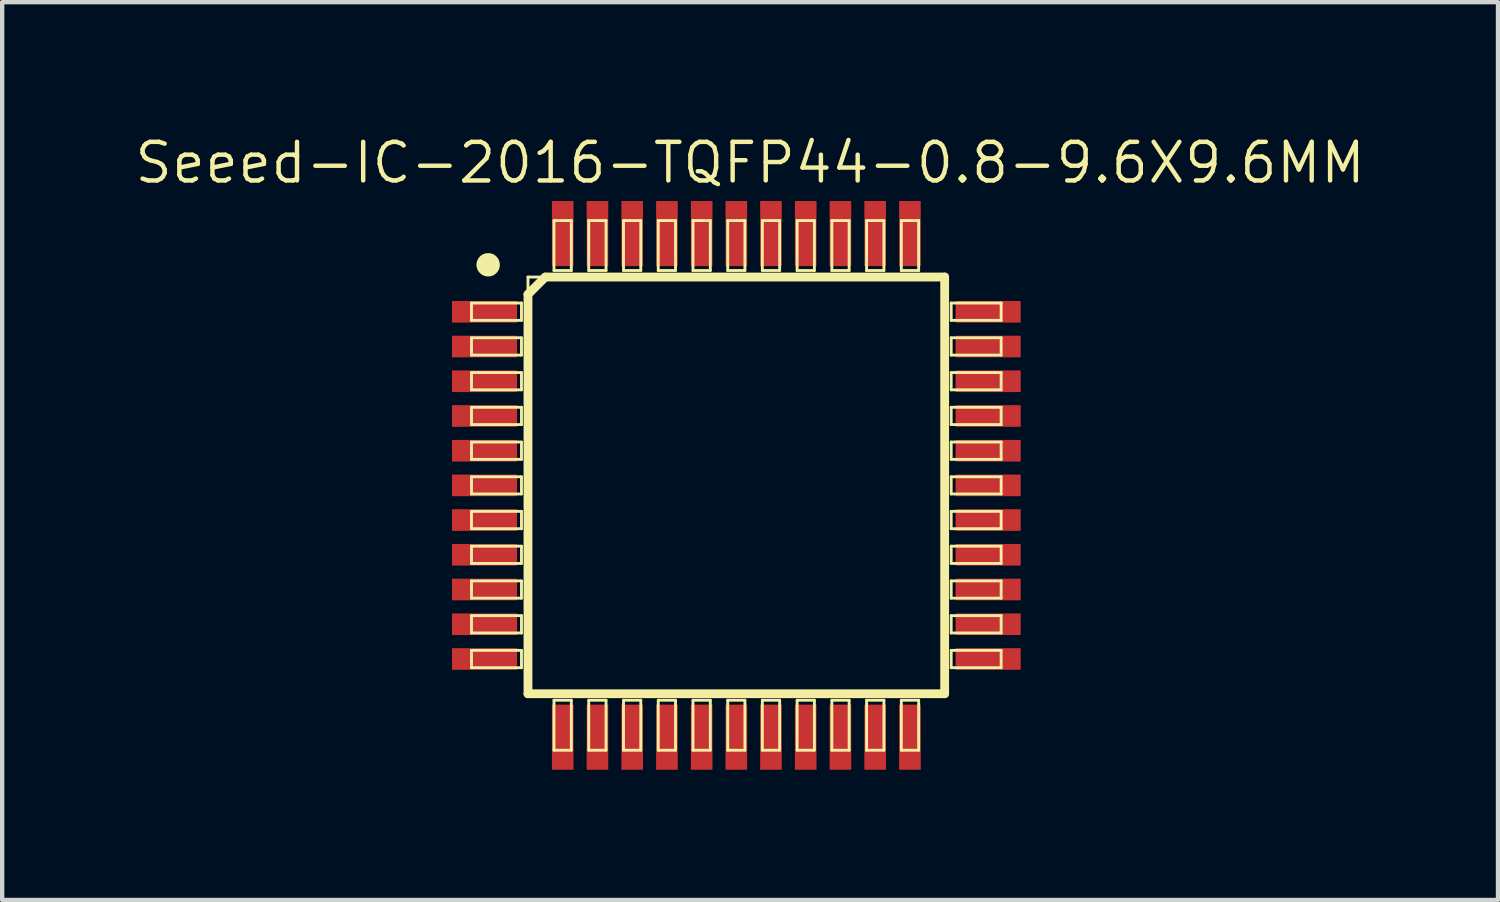
<source format=kicad_pcb>
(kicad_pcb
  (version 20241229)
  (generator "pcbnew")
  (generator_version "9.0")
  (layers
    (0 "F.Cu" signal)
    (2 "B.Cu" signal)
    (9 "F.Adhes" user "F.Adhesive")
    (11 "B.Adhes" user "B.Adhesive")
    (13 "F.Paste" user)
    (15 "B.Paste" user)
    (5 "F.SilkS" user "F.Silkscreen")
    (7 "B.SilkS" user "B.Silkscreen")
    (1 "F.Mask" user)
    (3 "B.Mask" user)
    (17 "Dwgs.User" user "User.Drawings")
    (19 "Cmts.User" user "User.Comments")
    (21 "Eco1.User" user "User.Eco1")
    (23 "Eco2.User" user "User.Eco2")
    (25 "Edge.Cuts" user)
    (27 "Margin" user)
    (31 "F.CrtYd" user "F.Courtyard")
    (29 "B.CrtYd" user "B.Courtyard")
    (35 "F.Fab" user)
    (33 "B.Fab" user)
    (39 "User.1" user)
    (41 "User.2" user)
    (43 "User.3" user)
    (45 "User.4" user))
  (footprint "Seeed-IC-2016-TQFP44-0.8-9.6X9.6MM"
    (layer "F.Cu")
    (at 13.907 8.128)
    (property "Reference" "Seeed-IC-2016-TQFP44-0.8-9.6X9.6MM" (at 0.318 -7.429 0) (layer "F.SilkS") (effects (font (size 0.889 0.889) (thickness 0.102))))
    (attr smd)
    (fp_line (start -6.099 -4.199) (end -4.948 -4.199) (stroke (width 0.066) (type solid)) (layer "F.SilkS"))
    (fp_line (start -6.099 -3.8) (end -6.099 -4.199) (stroke (width 0.066) (type solid)) (layer "F.SilkS"))
    (fp_line (start -6.099 -3.8) (end -4.948 -3.8) (stroke (width 0.066) (type solid)) (layer "F.SilkS"))
    (fp_line (start -6.099 -3.399) (end -4.948 -3.399) (stroke (width 0.066) (type solid)) (layer "F.SilkS"))
    (fp_line (start -6.099 -3) (end -6.099 -3.399) (stroke (width 0.066) (type solid)) (layer "F.SilkS"))
    (fp_line (start -6.099 -3) (end -4.948 -3) (stroke (width 0.066) (type solid)) (layer "F.SilkS"))
    (fp_line (start -6.099 -2.598) (end -4.948 -2.598) (stroke (width 0.066) (type solid)) (layer "F.SilkS"))
    (fp_line (start -6.099 -2.2) (end -6.099 -2.598) (stroke (width 0.066) (type solid)) (layer "F.SilkS"))
    (fp_line (start -6.099 -2.2) (end -4.948 -2.2) (stroke (width 0.066) (type solid)) (layer "F.SilkS"))
    (fp_line (start -6.099 -1.798) (end -4.948 -1.798) (stroke (width 0.066) (type solid)) (layer "F.SilkS"))
    (fp_line (start -6.099 -1.4) (end -6.099 -1.798) (stroke (width 0.066) (type solid)) (layer "F.SilkS"))
    (fp_line (start -6.099 -1.4) (end -4.948 -1.4) (stroke (width 0.066) (type solid)) (layer "F.SilkS"))
    (fp_line (start -6.099 -0.998) (end -4.948 -0.998) (stroke (width 0.066) (type solid)) (layer "F.SilkS"))
    (fp_line (start -6.099 -0.599) (end -6.099 -0.998) (stroke (width 0.066) (type solid)) (layer "F.SilkS"))
    (fp_line (start -6.099 -0.599) (end -4.948 -0.599) (stroke (width 0.066) (type solid)) (layer "F.SilkS"))
    (fp_line (start -6.099 -0.198) (end -4.948 -0.198) (stroke (width 0.066) (type solid)) (layer "F.SilkS"))
    (fp_line (start -6.099 0.198) (end -6.099 -0.198) (stroke (width 0.066) (type solid)) (layer "F.SilkS"))
    (fp_line (start -6.099 0.198) (end -4.948 0.198) (stroke (width 0.066) (type solid)) (layer "F.SilkS"))
    (fp_line (start -6.099 0.599) (end -4.948 0.599) (stroke (width 0.066) (type solid)) (layer "F.SilkS"))
    (fp_line (start -6.099 0.998) (end -6.099 0.599) (stroke (width 0.066) (type solid)) (layer "F.SilkS"))
    (fp_line (start -6.099 0.998) (end -4.948 0.998) (stroke (width 0.066) (type solid)) (layer "F.SilkS"))
    (fp_line (start -6.099 1.4) (end -4.948 1.4) (stroke (width 0.066) (type solid)) (layer "F.SilkS"))
    (fp_line (start -6.099 1.798) (end -6.099 1.4) (stroke (width 0.066) (type solid)) (layer "F.SilkS"))
    (fp_line (start -6.099 1.798) (end -4.948 1.798) (stroke (width 0.066) (type solid)) (layer "F.SilkS"))
    (fp_line (start -6.099 2.2) (end -4.948 2.2) (stroke (width 0.066) (type solid)) (layer "F.SilkS"))
    (fp_line (start -6.099 2.598) (end -6.099 2.2) (stroke (width 0.066) (type solid)) (layer "F.SilkS"))
    (fp_line (start -6.099 2.598) (end -4.948 2.598) (stroke (width 0.066) (type solid)) (layer "F.SilkS"))
    (fp_line (start -6.099 3) (end -4.948 3) (stroke (width 0.066) (type solid)) (layer "F.SilkS"))
    (fp_line (start -6.099 3.399) (end -6.099 3) (stroke (width 0.066) (type solid)) (layer "F.SilkS"))
    (fp_line (start -6.099 3.399) (end -4.948 3.399) (stroke (width 0.066) (type solid)) (layer "F.SilkS"))
    (fp_line (start -6.099 3.8) (end -4.948 3.8) (stroke (width 0.066) (type solid)) (layer "F.SilkS"))
    (fp_line (start -6.099 4.199) (end -6.099 3.8) (stroke (width 0.066) (type solid)) (layer "F.SilkS"))
    (fp_line (start -6.099 4.199) (end -4.948 4.199) (stroke (width 0.066) (type solid)) (layer "F.SilkS"))
    (fp_line (start -4.948 -3.8) (end -4.948 -4.199) (stroke (width 0.066) (type solid)) (layer "F.SilkS"))
    (fp_line (start -4.948 -3) (end -4.948 -3.399) (stroke (width 0.066) (type solid)) (layer "F.SilkS"))
    (fp_line (start -4.948 -2.2) (end -4.948 -2.598) (stroke (width 0.066) (type solid)) (layer "F.SilkS"))
    (fp_line (start -4.948 -1.4) (end -4.948 -1.798) (stroke (width 0.066) (type solid)) (layer "F.SilkS"))
    (fp_line (start -4.948 -0.599) (end -4.948 -0.998) (stroke (width 0.066) (type solid)) (layer "F.SilkS"))
    (fp_line (start -4.948 0.198) (end -4.948 -0.198) (stroke (width 0.066) (type solid)) (layer "F.SilkS"))
    (fp_line (start -4.948 0.998) (end -4.948 0.599) (stroke (width 0.066) (type solid)) (layer "F.SilkS"))
    (fp_line (start -4.948 1.798) (end -4.948 1.4) (stroke (width 0.066) (type solid)) (layer "F.SilkS"))
    (fp_line (start -4.948 2.598) (end -4.948 2.2) (stroke (width 0.066) (type solid)) (layer "F.SilkS"))
    (fp_line (start -4.948 3.399) (end -4.948 3) (stroke (width 0.066) (type solid)) (layer "F.SilkS"))
    (fp_line (start -4.948 4.199) (end -4.948 3.8) (stroke (width 0.066) (type solid)) (layer "F.SilkS"))
    (fp_line (start -4.798 -4.798) (end 4.798 -4.798) (stroke (width 0.066) (type solid)) (layer "F.SilkS"))
    (fp_line (start -4.798 -4.399) (end -4.399 -4.798) (stroke (width 0.203) (type solid)) (layer "F.SilkS"))
    (fp_line (start -4.798 4.798) (end -4.798 -4.798) (stroke (width 0.066) (type solid)) (layer "F.SilkS"))
    (fp_line (start -4.798 4.798) (end -4.798 -4.399) (stroke (width 0.203) (type solid)) (layer "F.SilkS"))
    (fp_line (start -4.798 4.798) (end 4.798 4.798) (stroke (width 0.066) (type solid)) (layer "F.SilkS"))
    (fp_line (start -4.399 -4.798) (end 4.798 -4.798) (stroke (width 0.203) (type solid)) (layer "F.SilkS"))
    (fp_line (start -4.199 -6.099) (end -3.8 -6.099) (stroke (width 0.066) (type solid)) (layer "F.SilkS"))
    (fp_line (start -4.199 -4.948) (end -4.199 -6.099) (stroke (width 0.066) (type solid)) (layer "F.SilkS"))
    (fp_line (start -4.199 -4.948) (end -3.8 -4.948) (stroke (width 0.066) (type solid)) (layer "F.SilkS"))
    (fp_line (start -4.199 4.948) (end -3.8 4.948) (stroke (width 0.066) (type solid)) (layer "F.SilkS"))
    (fp_line (start -4.199 6.099) (end -4.199 4.948) (stroke (width 0.066) (type solid)) (layer "F.SilkS"))
    (fp_line (start -4.199 6.099) (end -3.8 6.099) (stroke (width 0.066) (type solid)) (layer "F.SilkS"))
    (fp_line (start -3.8 -4.948) (end -3.8 -6.099) (stroke (width 0.066) (type solid)) (layer "F.SilkS"))
    (fp_line (start -3.8 6.099) (end -3.8 4.948) (stroke (width 0.066) (type solid)) (layer "F.SilkS"))
    (fp_line (start -3.399 -6.099) (end -3 -6.099) (stroke (width 0.066) (type solid)) (layer "F.SilkS"))
    (fp_line (start -3.399 -4.948) (end -3.399 -6.099) (stroke (width 0.066) (type solid)) (layer "F.SilkS"))
    (fp_line (start -3.399 -4.948) (end -3 -4.948) (stroke (width 0.066) (type solid)) (layer "F.SilkS"))
    (fp_line (start -3.399 4.948) (end -3 4.948) (stroke (width 0.066) (type solid)) (layer "F.SilkS"))
    (fp_line (start -3.399 6.099) (end -3.399 4.948) (stroke (width 0.066) (type solid)) (layer "F.SilkS"))
    (fp_line (start -3.399 6.099) (end -3 6.099) (stroke (width 0.066) (type solid)) (layer "F.SilkS"))
    (fp_line (start -3 -4.948) (end -3 -6.099) (stroke (width 0.066) (type solid)) (layer "F.SilkS"))
    (fp_line (start -3 6.099) (end -3 4.948) (stroke (width 0.066) (type solid)) (layer "F.SilkS"))
    (fp_line (start -2.598 -6.099) (end -2.2 -6.099) (stroke (width 0.066) (type solid)) (layer "F.SilkS"))
    (fp_line (start -2.598 -4.948) (end -2.598 -6.099) (stroke (width 0.066) (type solid)) (layer "F.SilkS"))
    (fp_line (start -2.598 -4.948) (end -2.2 -4.948) (stroke (width 0.066) (type solid)) (layer "F.SilkS"))
    (fp_line (start -2.598 4.948) (end -2.2 4.948) (stroke (width 0.066) (type solid)) (layer "F.SilkS"))
    (fp_line (start -2.598 6.099) (end -2.598 4.948) (stroke (width 0.066) (type solid)) (layer "F.SilkS"))
    (fp_line (start -2.598 6.099) (end -2.2 6.099) (stroke (width 0.066) (type solid)) (layer "F.SilkS"))
    (fp_line (start -2.2 -4.948) (end -2.2 -6.099) (stroke (width 0.066) (type solid)) (layer "F.SilkS"))
    (fp_line (start -2.2 6.099) (end -2.2 4.948) (stroke (width 0.066) (type solid)) (layer "F.SilkS"))
    (fp_line (start -1.798 -6.099) (end -1.4 -6.099) (stroke (width 0.066) (type solid)) (layer "F.SilkS"))
    (fp_line (start -1.798 -4.948) (end -1.798 -6.099) (stroke (width 0.066) (type solid)) (layer "F.SilkS"))
    (fp_line (start -1.798 -4.948) (end -1.4 -4.948) (stroke (width 0.066) (type solid)) (layer "F.SilkS"))
    (fp_line (start -1.798 4.948) (end -1.4 4.948) (stroke (width 0.066) (type solid)) (layer "F.SilkS"))
    (fp_line (start -1.798 6.099) (end -1.798 4.948) (stroke (width 0.066) (type solid)) (layer "F.SilkS"))
    (fp_line (start -1.798 6.099) (end -1.4 6.099) (stroke (width 0.066) (type solid)) (layer "F.SilkS"))
    (fp_line (start -1.4 -4.948) (end -1.4 -6.099) (stroke (width 0.066) (type solid)) (layer "F.SilkS"))
    (fp_line (start -1.4 6.099) (end -1.4 4.948) (stroke (width 0.066) (type solid)) (layer "F.SilkS"))
    (fp_line (start -0.998 -6.099) (end -0.599 -6.099) (stroke (width 0.066) (type solid)) (layer "F.SilkS"))
    (fp_line (start -0.998 -4.948) (end -0.998 -6.099) (stroke (width 0.066) (type solid)) (layer "F.SilkS"))
    (fp_line (start -0.998 -4.948) (end -0.599 -4.948) (stroke (width 0.066) (type solid)) (layer "F.SilkS"))
    (fp_line (start -0.998 4.948) (end -0.599 4.948) (stroke (width 0.066) (type solid)) (layer "F.SilkS"))
    (fp_line (start -0.998 6.099) (end -0.998 4.948) (stroke (width 0.066) (type solid)) (layer "F.SilkS"))
    (fp_line (start -0.998 6.099) (end -0.599 6.099) (stroke (width 0.066) (type solid)) (layer "F.SilkS"))
    (fp_line (start -0.599 -4.948) (end -0.599 -6.099) (stroke (width 0.066) (type solid)) (layer "F.SilkS"))
    (fp_line (start -0.599 6.099) (end -0.599 4.948) (stroke (width 0.066) (type solid)) (layer "F.SilkS"))
    (fp_line (start -0.198 -6.099) (end 0.198 -6.099) (stroke (width 0.066) (type solid)) (layer "F.SilkS"))
    (fp_line (start -0.198 -4.948) (end -0.198 -6.099) (stroke (width 0.066) (type solid)) (layer "F.SilkS"))
    (fp_line (start -0.198 -4.948) (end 0.198 -4.948) (stroke (width 0.066) (type solid)) (layer "F.SilkS"))
    (fp_line (start -0.198 4.948) (end 0.198 4.948) (stroke (width 0.066) (type solid)) (layer "F.SilkS"))
    (fp_line (start -0.198 6.099) (end -0.198 4.948) (stroke (width 0.066) (type solid)) (layer "F.SilkS"))
    (fp_line (start -0.198 6.099) (end 0.198 6.099) (stroke (width 0.066) (type solid)) (layer "F.SilkS"))
    (fp_line (start 0.198 -4.948) (end 0.198 -6.099) (stroke (width 0.066) (type solid)) (layer "F.SilkS"))
    (fp_line (start 0.198 6.099) (end 0.198 4.948) (stroke (width 0.066) (type solid)) (layer "F.SilkS"))
    (fp_line (start 0.599 -6.099) (end 0.998 -6.099) (stroke (width 0.066) (type solid)) (layer "F.SilkS"))
    (fp_line (start 0.599 -4.948) (end 0.599 -6.099) (stroke (width 0.066) (type solid)) (layer "F.SilkS"))
    (fp_line (start 0.599 -4.948) (end 0.998 -4.948) (stroke (width 0.066) (type solid)) (layer "F.SilkS"))
    (fp_line (start 0.599 4.948) (end 0.998 4.948) (stroke (width 0.066) (type solid)) (layer "F.SilkS"))
    (fp_line (start 0.599 6.099) (end 0.599 4.948) (stroke (width 0.066) (type solid)) (layer "F.SilkS"))
    (fp_line (start 0.599 6.099) (end 0.998 6.099) (stroke (width 0.066) (type solid)) (layer "F.SilkS"))
    (fp_line (start 0.998 -4.948) (end 0.998 -6.099) (stroke (width 0.066) (type solid)) (layer "F.SilkS"))
    (fp_line (start 0.998 6.099) (end 0.998 4.948) (stroke (width 0.066) (type solid)) (layer "F.SilkS"))
    (fp_line (start 1.4 -6.099) (end 1.798 -6.099) (stroke (width 0.066) (type solid)) (layer "F.SilkS"))
    (fp_line (start 1.4 -4.948) (end 1.4 -6.099) (stroke (width 0.066) (type solid)) (layer "F.SilkS"))
    (fp_line (start 1.4 -4.948) (end 1.798 -4.948) (stroke (width 0.066) (type solid)) (layer "F.SilkS"))
    (fp_line (start 1.4 4.948) (end 1.798 4.948) (stroke (width 0.066) (type solid)) (layer "F.SilkS"))
    (fp_line (start 1.4 6.099) (end 1.4 4.948) (stroke (width 0.066) (type solid)) (layer "F.SilkS"))
    (fp_line (start 1.4 6.099) (end 1.798 6.099) (stroke (width 0.066) (type solid)) (layer "F.SilkS"))
    (fp_line (start 1.798 -4.948) (end 1.798 -6.099) (stroke (width 0.066) (type solid)) (layer "F.SilkS"))
    (fp_line (start 1.798 6.099) (end 1.798 4.948) (stroke (width 0.066) (type solid)) (layer "F.SilkS"))
    (fp_line (start 2.2 -6.099) (end 2.598 -6.099) (stroke (width 0.066) (type solid)) (layer "F.SilkS"))
    (fp_line (start 2.2 -4.948) (end 2.2 -6.099) (stroke (width 0.066) (type solid)) (layer "F.SilkS"))
    (fp_line (start 2.2 -4.948) (end 2.598 -4.948) (stroke (width 0.066) (type solid)) (layer "F.SilkS"))
    (fp_line (start 2.2 4.948) (end 2.598 4.948) (stroke (width 0.066) (type solid)) (layer "F.SilkS"))
    (fp_line (start 2.2 6.099) (end 2.2 4.948) (stroke (width 0.066) (type solid)) (layer "F.SilkS"))
    (fp_line (start 2.2 6.099) (end 2.598 6.099) (stroke (width 0.066) (type solid)) (layer "F.SilkS"))
    (fp_line (start 2.598 -4.948) (end 2.598 -6.099) (stroke (width 0.066) (type solid)) (layer "F.SilkS"))
    (fp_line (start 2.598 6.099) (end 2.598 4.948) (stroke (width 0.066) (type solid)) (layer "F.SilkS"))
    (fp_line (start 3 -6.099) (end 3.399 -6.099) (stroke (width 0.066) (type solid)) (layer "F.SilkS"))
    (fp_line (start 3 -4.948) (end 3 -6.099) (stroke (width 0.066) (type solid)) (layer "F.SilkS"))
    (fp_line (start 3 -4.948) (end 3.399 -4.948) (stroke (width 0.066) (type solid)) (layer "F.SilkS"))
    (fp_line (start 3 4.948) (end 3.399 4.948) (stroke (width 0.066) (type solid)) (layer "F.SilkS"))
    (fp_line (start 3 6.099) (end 3 4.948) (stroke (width 0.066) (type solid)) (layer "F.SilkS"))
    (fp_line (start 3 6.099) (end 3.399 6.099) (stroke (width 0.066) (type solid)) (layer "F.SilkS"))
    (fp_line (start 3.399 -4.948) (end 3.399 -6.099) (stroke (width 0.066) (type solid)) (layer "F.SilkS"))
    (fp_line (start 3.399 6.099) (end 3.399 4.948) (stroke (width 0.066) (type solid)) (layer "F.SilkS"))
    (fp_line (start 3.8 -6.099) (end 4.199 -6.099) (stroke (width 0.066) (type solid)) (layer "F.SilkS"))
    (fp_line (start 3.8 -4.948) (end 3.8 -6.099) (stroke (width 0.066) (type solid)) (layer "F.SilkS"))
    (fp_line (start 3.8 -4.948) (end 4.199 -4.948) (stroke (width 0.066) (type solid)) (layer "F.SilkS"))
    (fp_line (start 3.8 4.948) (end 4.199 4.948) (stroke (width 0.066) (type solid)) (layer "F.SilkS"))
    (fp_line (start 3.8 6.099) (end 3.8 4.948) (stroke (width 0.066) (type solid)) (layer "F.SilkS"))
    (fp_line (start 3.8 6.099) (end 4.199 6.099) (stroke (width 0.066) (type solid)) (layer "F.SilkS"))
    (fp_line (start 4.199 -4.948) (end 4.199 -6.099) (stroke (width 0.066) (type solid)) (layer "F.SilkS"))
    (fp_line (start 4.199 6.099) (end 4.199 4.948) (stroke (width 0.066) (type solid)) (layer "F.SilkS"))
    (fp_line (start 4.798 -4.798) (end 4.798 4.798) (stroke (width 0.203) (type solid)) (layer "F.SilkS"))
    (fp_line (start 4.798 4.798) (end -4.798 4.798) (stroke (width 0.203) (type solid)) (layer "F.SilkS"))
    (fp_line (start 4.798 4.798) (end 4.798 -4.798) (stroke (width 0.066) (type solid)) (layer "F.SilkS"))
    (fp_line (start 4.948 -4.199) (end 6.099 -4.199) (stroke (width 0.066) (type solid)) (layer "F.SilkS"))
    (fp_line (start 4.948 -3.8) (end 4.948 -4.199) (stroke (width 0.066) (type solid)) (layer "F.SilkS"))
    (fp_line (start 4.948 -3.8) (end 6.099 -3.8) (stroke (width 0.066) (type solid)) (layer "F.SilkS"))
    (fp_line (start 4.948 -3.399) (end 6.099 -3.399) (stroke (width 0.066) (type solid)) (layer "F.SilkS"))
    (fp_line (start 4.948 -3) (end 4.948 -3.399) (stroke (width 0.066) (type solid)) (layer "F.SilkS"))
    (fp_line (start 4.948 -3) (end 6.099 -3) (stroke (width 0.066) (type solid)) (layer "F.SilkS"))
    (fp_line (start 4.948 -2.598) (end 6.099 -2.598) (stroke (width 0.066) (type solid)) (layer "F.SilkS"))
    (fp_line (start 4.948 -2.2) (end 4.948 -2.598) (stroke (width 0.066) (type solid)) (layer "F.SilkS"))
    (fp_line (start 4.948 -2.2) (end 6.099 -2.2) (stroke (width 0.066) (type solid)) (layer "F.SilkS"))
    (fp_line (start 4.948 -1.798) (end 6.099 -1.798) (stroke (width 0.066) (type solid)) (layer "F.SilkS"))
    (fp_line (start 4.948 -1.4) (end 4.948 -1.798) (stroke (width 0.066) (type solid)) (layer "F.SilkS"))
    (fp_line (start 4.948 -1.4) (end 6.099 -1.4) (stroke (width 0.066) (type solid)) (layer "F.SilkS"))
    (fp_line (start 4.948 -0.998) (end 6.099 -0.998) (stroke (width 0.066) (type solid)) (layer "F.SilkS"))
    (fp_line (start 4.948 -0.599) (end 4.948 -0.998) (stroke (width 0.066) (type solid)) (layer "F.SilkS"))
    (fp_line (start 4.948 -0.599) (end 6.099 -0.599) (stroke (width 0.066) (type solid)) (layer "F.SilkS"))
    (fp_line (start 4.948 -0.198) (end 6.099 -0.198) (stroke (width 0.066) (type solid)) (layer "F.SilkS"))
    (fp_line (start 4.948 0.198) (end 4.948 -0.198) (stroke (width 0.066) (type solid)) (layer "F.SilkS"))
    (fp_line (start 4.948 0.198) (end 6.099 0.198) (stroke (width 0.066) (type solid)) (layer "F.SilkS"))
    (fp_line (start 4.948 0.599) (end 6.099 0.599) (stroke (width 0.066) (type solid)) (layer "F.SilkS"))
    (fp_line (start 4.948 0.998) (end 4.948 0.599) (stroke (width 0.066) (type solid)) (layer "F.SilkS"))
    (fp_line (start 4.948 0.998) (end 6.099 0.998) (stroke (width 0.066) (type solid)) (layer "F.SilkS"))
    (fp_line (start 4.948 1.4) (end 6.099 1.4) (stroke (width 0.066) (type solid)) (layer "F.SilkS"))
    (fp_line (start 4.948 1.798) (end 4.948 1.4) (stroke (width 0.066) (type solid)) (layer "F.SilkS"))
    (fp_line (start 4.948 1.798) (end 6.099 1.798) (stroke (width 0.066) (type solid)) (layer "F.SilkS"))
    (fp_line (start 4.948 2.2) (end 6.099 2.2) (stroke (width 0.066) (type solid)) (layer "F.SilkS"))
    (fp_line (start 4.948 2.598) (end 4.948 2.2) (stroke (width 0.066) (type solid)) (layer "F.SilkS"))
    (fp_line (start 4.948 2.598) (end 6.099 2.598) (stroke (width 0.066) (type solid)) (layer "F.SilkS"))
    (fp_line (start 4.948 3) (end 6.099 3) (stroke (width 0.066) (type solid)) (layer "F.SilkS"))
    (fp_line (start 4.948 3.399) (end 4.948 3) (stroke (width 0.066) (type solid)) (layer "F.SilkS"))
    (fp_line (start 4.948 3.399) (end 6.099 3.399) (stroke (width 0.066) (type solid)) (layer "F.SilkS"))
    (fp_line (start 4.948 3.8) (end 6.099 3.8) (stroke (width 0.066) (type solid)) (layer "F.SilkS"))
    (fp_line (start 4.948 4.199) (end 4.948 3.8) (stroke (width 0.066) (type solid)) (layer "F.SilkS"))
    (fp_line (start 4.948 4.199) (end 6.099 4.199) (stroke (width 0.066) (type solid)) (layer "F.SilkS"))
    (fp_line (start 6.099 -3.8) (end 6.099 -4.199) (stroke (width 0.066) (type solid)) (layer "F.SilkS"))
    (fp_line (start 6.099 -3) (end 6.099 -3.399) (stroke (width 0.066) (type solid)) (layer "F.SilkS"))
    (fp_line (start 6.099 -2.2) (end 6.099 -2.598) (stroke (width 0.066) (type solid)) (layer "F.SilkS"))
    (fp_line (start 6.099 -1.4) (end 6.099 -1.798) (stroke (width 0.066) (type solid)) (layer "F.SilkS"))
    (fp_line (start 6.099 -0.599) (end 6.099 -0.998) (stroke (width 0.066) (type solid)) (layer "F.SilkS"))
    (fp_line (start 6.099 0.198) (end 6.099 -0.198) (stroke (width 0.066) (type solid)) (layer "F.SilkS"))
    (fp_line (start 6.099 0.998) (end 6.099 0.599) (stroke (width 0.066) (type solid)) (layer "F.SilkS"))
    (fp_line (start 6.099 1.798) (end 6.099 1.4) (stroke (width 0.066) (type solid)) (layer "F.SilkS"))
    (fp_line (start 6.099 2.598) (end 6.099 2.2) (stroke (width 0.066) (type solid)) (layer "F.SilkS"))
    (fp_line (start 6.099 3.399) (end 6.099 3) (stroke (width 0.066) (type solid)) (layer "F.SilkS"))
    (fp_line (start 6.099 4.199) (end 6.099 3.8) (stroke (width 0.066) (type solid)) (layer "F.SilkS"))
    (fp_circle (center -5.715 -5.08) (end -5.905 -5.271) (stroke (width 0) (type solid)) (fill yes) (layer "F.SilkS"))
    (pad "1" smd rect (at -5.799 -3.998) (size 1.499 0.498) (layers "F.Cu" "F.Mask" "F.Paste"))
    (pad "2" smd rect (at -5.799 -3.198) (size 1.499 0.498) (layers "F.Cu" "F.Mask" "F.Paste"))
    (pad "3" smd rect (at -5.799 -2.398) (size 1.499 0.498) (layers "F.Cu" "F.Mask" "F.Paste"))
    (pad "4" smd rect (at -5.799 -1.598) (size 1.499 0.498) (layers "F.Cu" "F.Mask" "F.Paste"))
    (pad "5" smd rect (at -5.799 -0.798) (size 1.499 0.498) (layers "F.Cu" "F.Mask" "F.Paste"))
    (pad "6" smd rect (at -5.799 0) (size 1.499 0.498) (layers "F.Cu" "F.Mask" "F.Paste"))
    (pad "7" smd rect (at -5.799 0.798) (size 1.499 0.498) (layers "F.Cu" "F.Mask" "F.Paste"))
    (pad "8" smd rect (at -5.799 1.598) (size 1.499 0.498) (layers "F.Cu" "F.Mask" "F.Paste"))
    (pad "9" smd rect (at -5.799 2.398) (size 1.499 0.498) (layers "F.Cu" "F.Mask" "F.Paste"))
    (pad "10" smd rect (at -5.799 3.198) (size 1.499 0.498) (layers "F.Cu" "F.Mask" "F.Paste"))
    (pad "11" smd rect (at -5.799 3.998) (size 1.499 0.498) (layers "F.Cu" "F.Mask" "F.Paste"))
    (pad "12" smd rect (at -3.998 5.799) (size 0.498 1.499) (layers "F.Cu" "F.Mask" "F.Paste"))
    (pad "13" smd rect (at -3.198 5.799) (size 0.498 1.499) (layers "F.Cu" "F.Mask" "F.Paste"))
    (pad "14" smd rect (at -2.398 5.799) (size 0.498 1.499) (layers "F.Cu" "F.Mask" "F.Paste"))
    (pad "15" smd rect (at -1.598 5.799) (size 0.498 1.499) (layers "F.Cu" "F.Mask" "F.Paste"))
    (pad "16" smd rect (at -0.798 5.799) (size 0.498 1.499) (layers "F.Cu" "F.Mask" "F.Paste"))
    (pad "17" smd rect (at 0 5.799) (size 0.498 1.499) (layers "F.Cu" "F.Mask" "F.Paste"))
    (pad "18" smd rect (at 0.798 5.799) (size 0.498 1.499) (layers "F.Cu" "F.Mask" "F.Paste"))
    (pad "19" smd rect (at 1.598 5.799) (size 0.498 1.499) (layers "F.Cu" "F.Mask" "F.Paste"))
    (pad "20" smd rect (at 2.398 5.799) (size 0.498 1.499) (layers "F.Cu" "F.Mask" "F.Paste"))
    (pad "21" smd rect (at 3.198 5.799) (size 0.498 1.499) (layers "F.Cu" "F.Mask" "F.Paste"))
    (pad "22" smd rect (at 3.998 5.799) (size 0.498 1.499) (layers "F.Cu" "F.Mask" "F.Paste"))
    (pad "23" smd rect (at 5.799 3.998) (size 1.499 0.498) (layers "F.Cu" "F.Mask" "F.Paste"))
    (pad "24" smd rect (at 5.799 3.198) (size 1.499 0.498) (layers "F.Cu" "F.Mask" "F.Paste"))
    (pad "25" smd rect (at 5.799 2.398) (size 1.499 0.498) (layers "F.Cu" "F.Mask" "F.Paste"))
    (pad "26" smd rect (at 5.799 1.598) (size 1.499 0.498) (layers "F.Cu" "F.Mask" "F.Paste"))
    (pad "27" smd rect (at 5.799 0.798) (size 1.499 0.498) (layers "F.Cu" "F.Mask" "F.Paste"))
    (pad "28" smd rect (at 5.799 0) (size 1.499 0.498) (layers "F.Cu" "F.Mask" "F.Paste"))
    (pad "29" smd rect (at 5.799 -0.798) (size 1.499 0.498) (layers "F.Cu" "F.Mask" "F.Paste"))
    (pad "30" smd rect (at 5.799 -1.598) (size 1.499 0.498) (layers "F.Cu" "F.Mask" "F.Paste"))
    (pad "31" smd rect (at 5.799 -2.398) (size 1.499 0.498) (layers "F.Cu" "F.Mask" "F.Paste"))
    (pad "32" smd rect (at 5.799 -3.198) (size 1.499 0.498) (layers "F.Cu" "F.Mask" "F.Paste"))
    (pad "33" smd rect (at 5.799 -3.998) (size 1.499 0.498) (layers "F.Cu" "F.Mask" "F.Paste"))
    (pad "34" smd rect (at 3.998 -5.799) (size 0.498 1.499) (layers "F.Cu" "F.Mask" "F.Paste"))
    (pad "35" smd rect (at 3.198 -5.799) (size 0.498 1.499) (layers "F.Cu" "F.Mask" "F.Paste"))
    (pad "36" smd rect (at 2.398 -5.799) (size 0.498 1.499) (layers "F.Cu" "F.Mask" "F.Paste"))
    (pad "37" smd rect (at 1.598 -5.799) (size 0.498 1.499) (layers "F.Cu" "F.Mask" "F.Paste"))
    (pad "38" smd rect (at 0.798 -5.799) (size 0.498 1.499) (layers "F.Cu" "F.Mask" "F.Paste"))
    (pad "39" smd rect (at 0 -5.799) (size 0.498 1.499) (layers "F.Cu" "F.Mask" "F.Paste"))
    (pad "40" smd rect (at -0.798 -5.799) (size 0.498 1.499) (layers "F.Cu" "F.Mask" "F.Paste"))
    (pad "41" smd rect (at -1.598 -5.799) (size 0.498 1.499) (layers "F.Cu" "F.Mask" "F.Paste"))
    (pad "42" smd rect (at -2.398 -5.799) (size 0.498 1.499) (layers "F.Cu" "F.Mask" "F.Paste"))
    (pad "43" smd rect (at -3.198 -5.799) (size 0.498 1.499) (layers "F.Cu" "F.Mask" "F.Paste"))
    (pad "44" smd rect (at -3.998 -5.799) (size 0.498 1.499) (layers "F.Cu" "F.Mask" "F.Paste")))
  (gr_rect
    (start -3 -3)
    (end 31.448 17.676)
    (stroke (width 0.1) (type default))
    (fill no)
    (layer "Edge.Cuts")))
</source>
